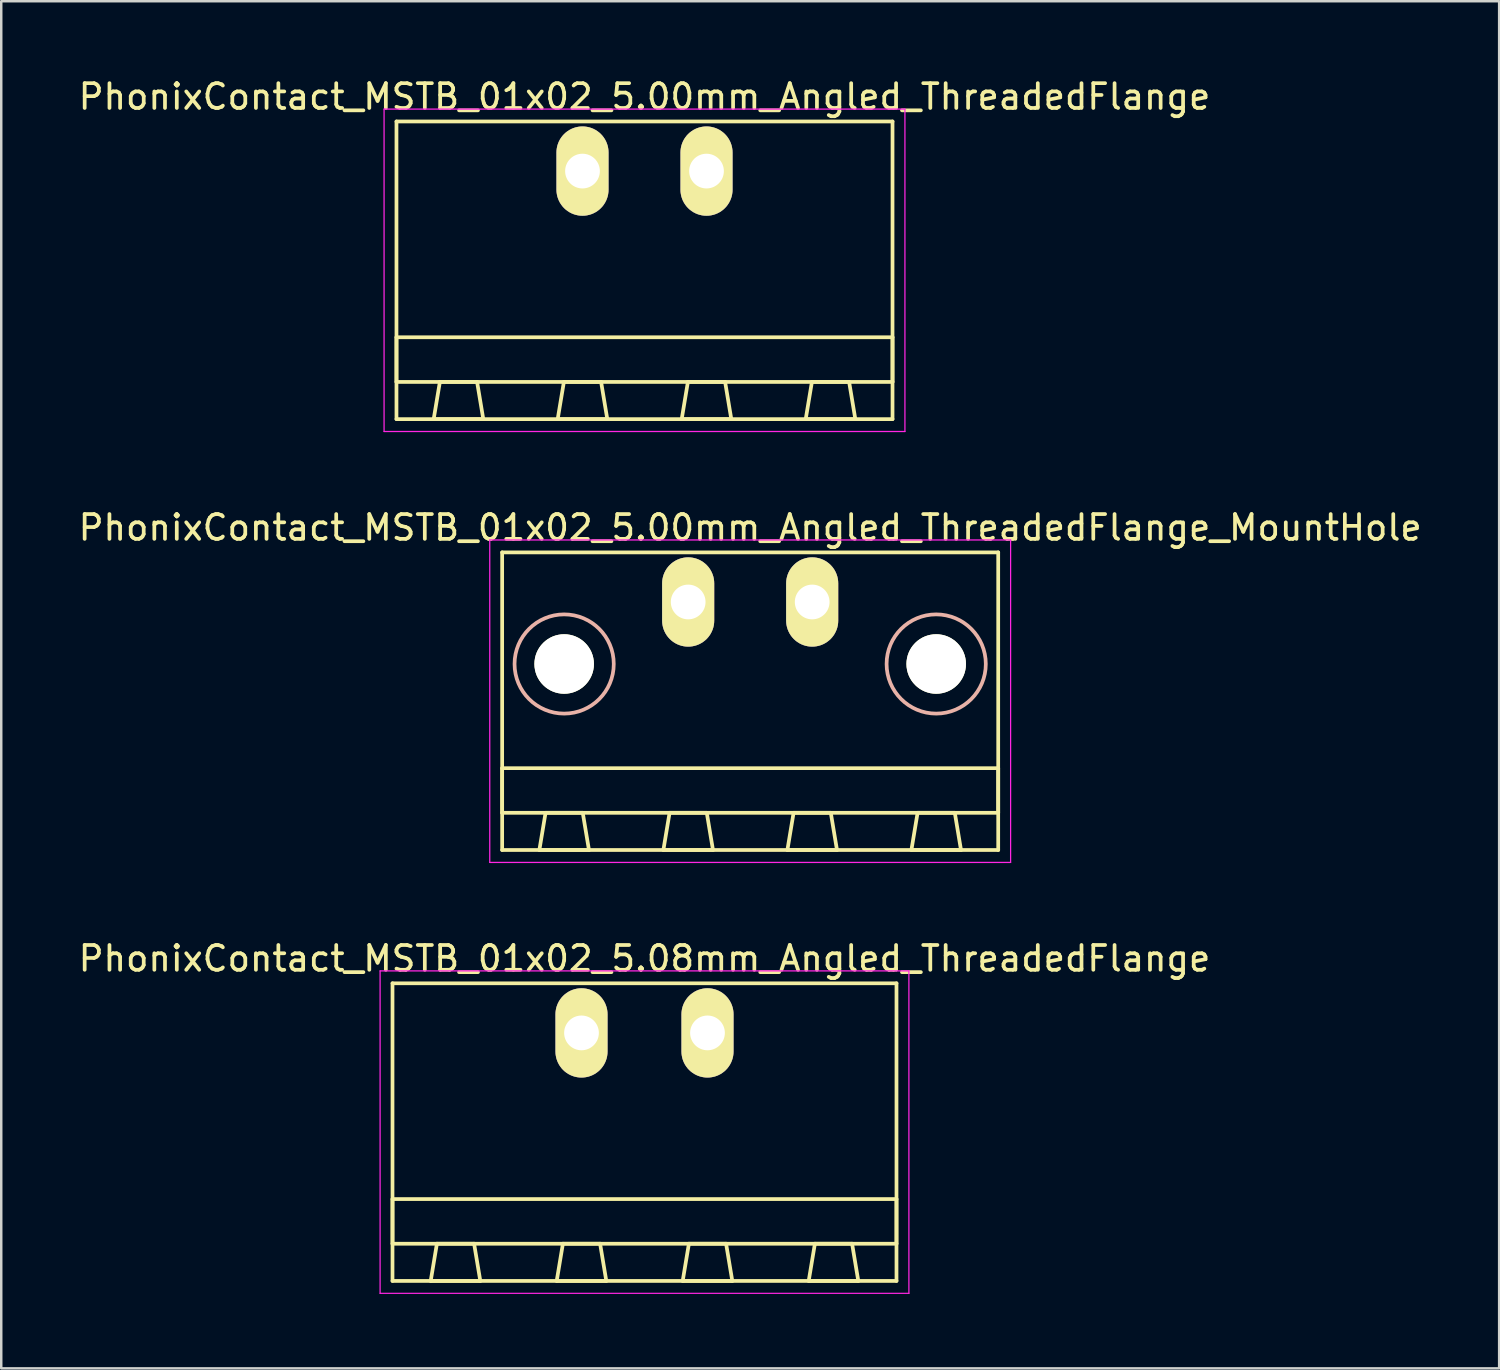
<source format=kicad_pcb>
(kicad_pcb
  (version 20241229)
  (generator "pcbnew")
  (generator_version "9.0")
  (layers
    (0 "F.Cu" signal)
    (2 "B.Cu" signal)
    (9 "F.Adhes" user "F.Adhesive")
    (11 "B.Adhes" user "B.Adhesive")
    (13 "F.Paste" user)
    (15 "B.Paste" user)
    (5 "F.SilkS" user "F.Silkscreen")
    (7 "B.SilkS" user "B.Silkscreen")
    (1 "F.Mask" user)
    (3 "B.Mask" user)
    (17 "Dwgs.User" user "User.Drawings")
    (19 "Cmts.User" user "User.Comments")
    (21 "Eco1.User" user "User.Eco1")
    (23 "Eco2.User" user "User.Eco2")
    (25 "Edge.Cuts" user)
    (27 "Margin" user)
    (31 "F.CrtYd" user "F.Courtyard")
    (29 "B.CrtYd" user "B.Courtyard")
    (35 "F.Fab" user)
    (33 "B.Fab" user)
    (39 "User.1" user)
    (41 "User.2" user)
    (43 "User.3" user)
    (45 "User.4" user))
  (footprint "PhonixContact_MSTB_01x02_5.00mm_Angled_ThreadedFlange_MountHole"
    (layer "F.Cu")
    (at 24.696 21.221)
    (property "Reference" "PhonixContact_MSTB_01x02_5.00mm_Angled_ThreadedFlange_MountHole" (at 2.5 -3 0) (layer "F.SilkS") (effects (font (size 1 1) (thickness 0.15))))
    (attr through_hole)
    (fp_line (start -7.5 -2) (end -7.5 10) (stroke (width 0.15) (type solid)) (layer "F.SilkS"))
    (fp_line (start -7.5 6.7) (end 12.5 6.7) (stroke (width 0.15) (type solid)) (layer "F.SilkS"))
    (fp_line (start -7.5 8.5) (end -7.5 6.7) (stroke (width 0.15) (type solid)) (layer "F.SilkS"))
    (fp_line (start -7.5 10) (end 12.5 10) (stroke (width 0.15) (type solid)) (layer "F.SilkS"))
    (fp_line (start -6 10) (end -4 10) (stroke (width 0.15) (type solid)) (layer "F.SilkS"))
    (fp_line (start -5.75 8.5) (end -6 10) (stroke (width 0.15) (type solid)) (layer "F.SilkS"))
    (fp_line (start -4.25 8.5) (end -5.75 8.5) (stroke (width 0.15) (type solid)) (layer "F.SilkS"))
    (fp_line (start -4 10) (end -4.25 8.5) (stroke (width 0.15) (type solid)) (layer "F.SilkS"))
    (fp_line (start -1 10) (end 1 10) (stroke (width 0.15) (type solid)) (layer "F.SilkS"))
    (fp_line (start -0.75 8.5) (end -1 10) (stroke (width 0.15) (type solid)) (layer "F.SilkS"))
    (fp_line (start 0.75 8.5) (end -0.75 8.5) (stroke (width 0.15) (type solid)) (layer "F.SilkS"))
    (fp_line (start 1 10) (end 0.75 8.5) (stroke (width 0.15) (type solid)) (layer "F.SilkS"))
    (fp_line (start 4 10) (end 6 10) (stroke (width 0.15) (type solid)) (layer "F.SilkS"))
    (fp_line (start 4.25 8.5) (end 4 10) (stroke (width 0.15) (type solid)) (layer "F.SilkS"))
    (fp_line (start 5.75 8.5) (end 4.25 8.5) (stroke (width 0.15) (type solid)) (layer "F.SilkS"))
    (fp_line (start 6 10) (end 5.75 8.5) (stroke (width 0.15) (type solid)) (layer "F.SilkS"))
    (fp_line (start 9 10) (end 11 10) (stroke (width 0.15) (type solid)) (layer "F.SilkS"))
    (fp_line (start 9.25 8.5) (end 9 10) (stroke (width 0.15) (type solid)) (layer "F.SilkS"))
    (fp_line (start 10.75 8.5) (end 9.25 8.5) (stroke (width 0.15) (type solid)) (layer "F.SilkS"))
    (fp_line (start 11 10) (end 10.75 8.5) (stroke (width 0.15) (type solid)) (layer "F.SilkS"))
    (fp_line (start 12.5 -2) (end -7.5 -2) (stroke (width 0.15) (type solid)) (layer "F.SilkS"))
    (fp_line (start 12.5 6.7) (end 12.5 8.5) (stroke (width 0.15) (type solid)) (layer "F.SilkS"))
    (fp_line (start 12.5 8.5) (end -7.5 8.5) (stroke (width 0.15) (type solid)) (layer "F.SilkS"))
    (fp_line (start 12.5 10) (end 12.5 -2) (stroke (width 0.15) (type solid)) (layer "F.SilkS"))
    (fp_circle (center -5 2.5) (end -3 2.5) (stroke (width 0.15) (type solid)) (fill no) (layer "B.SilkS"))
    (fp_circle (center 10 2.5) (end 12 2.5) (stroke (width 0.15) (type solid)) (fill no) (layer "B.SilkS"))
    (fp_line (start -8 -2.5) (end -8 10.5) (stroke (width 0.05) (type solid)) (layer "F.CrtYd"))
    (fp_line (start -8 10.5) (end 13 10.5) (stroke (width 0.05) (type solid)) (layer "F.CrtYd"))
    (fp_line (start 13 -2.5) (end -8 -2.5) (stroke (width 0.05) (type solid)) (layer "F.CrtYd"))
    (fp_line (start 13 10.5) (end 13 -2.5) (stroke (width 0.05) (type solid)) (layer "F.CrtYd"))
    (pad "" np_thru_hole circle (at -5 2.5) (size 2.4 2.4) (drill 2.4) (layers "*.Cu" "*.Mask" "F.SilkS"))
    (pad "" np_thru_hole circle (at 10 2.5) (size 2.4 2.4) (drill 2.4) (layers "*.Cu" "*.Mask" "F.SilkS"))
    (pad "1" thru_hole oval (at 0 0) (size 2.1 3.6) (drill 1.4) (layers "*.Cu" "*.Mask" "F.SilkS"))
    (pad "2" thru_hole oval (at 5 0) (size 2.1 3.6) (drill 1.4) (layers "*.Cu" "*.Mask" "F.SilkS")))
  (footprint "PhonixContact_MSTB_01x02_5.08mm_Angled_ThreadedFlange"
    (layer "F.Cu")
    (at 20.395 38.595)
    (property "Reference" "PhonixContact_MSTB_01x02_5.08mm_Angled_ThreadedFlange" (at 2.54 -3 0) (layer "F.SilkS") (effects (font (size 1 1) (thickness 0.15))))
    (attr through_hole)
    (fp_line (start -7.62 -2) (end -7.62 10) (stroke (width 0.15) (type solid)) (layer "F.SilkS"))
    (fp_line (start -7.62 6.7) (end 12.7 6.7) (stroke (width 0.15) (type solid)) (layer "F.SilkS"))
    (fp_line (start -7.62 8.5) (end -7.62 6.7) (stroke (width 0.15) (type solid)) (layer "F.SilkS"))
    (fp_line (start -7.62 10) (end 12.7 10) (stroke (width 0.15) (type solid)) (layer "F.SilkS"))
    (fp_line (start -6.08 10) (end -4.08 10) (stroke (width 0.15) (type solid)) (layer "F.SilkS"))
    (fp_line (start -5.83 8.5) (end -6.08 10) (stroke (width 0.15) (type solid)) (layer "F.SilkS"))
    (fp_line (start -4.33 8.5) (end -5.83 8.5) (stroke (width 0.15) (type solid)) (layer "F.SilkS"))
    (fp_line (start -4.08 10) (end -4.33 8.5) (stroke (width 0.15) (type solid)) (layer "F.SilkS"))
    (fp_line (start -1 10) (end 1 10) (stroke (width 0.15) (type solid)) (layer "F.SilkS"))
    (fp_line (start -0.75 8.5) (end -1 10) (stroke (width 0.15) (type solid)) (layer "F.SilkS"))
    (fp_line (start 0.75 8.5) (end -0.75 8.5) (stroke (width 0.15) (type solid)) (layer "F.SilkS"))
    (fp_line (start 1 10) (end 0.75 8.5) (stroke (width 0.15) (type solid)) (layer "F.SilkS"))
    (fp_line (start 4.08 10) (end 6.08 10) (stroke (width 0.15) (type solid)) (layer "F.SilkS"))
    (fp_line (start 4.33 8.5) (end 4.08 10) (stroke (width 0.15) (type solid)) (layer "F.SilkS"))
    (fp_line (start 5.83 8.5) (end 4.33 8.5) (stroke (width 0.15) (type solid)) (layer "F.SilkS"))
    (fp_line (start 6.08 10) (end 5.83 8.5) (stroke (width 0.15) (type solid)) (layer "F.SilkS"))
    (fp_line (start 9.16 10) (end 11.16 10) (stroke (width 0.15) (type solid)) (layer "F.SilkS"))
    (fp_line (start 9.41 8.5) (end 9.16 10) (stroke (width 0.15) (type solid)) (layer "F.SilkS"))
    (fp_line (start 10.91 8.5) (end 9.41 8.5) (stroke (width 0.15) (type solid)) (layer "F.SilkS"))
    (fp_line (start 11.16 10) (end 10.91 8.5) (stroke (width 0.15) (type solid)) (layer "F.SilkS"))
    (fp_line (start 12.7 -2) (end -7.62 -2) (stroke (width 0.15) (type solid)) (layer "F.SilkS"))
    (fp_line (start 12.7 6.7) (end 12.7 8.5) (stroke (width 0.15) (type solid)) (layer "F.SilkS"))
    (fp_line (start 12.7 8.5) (end -7.62 8.5) (stroke (width 0.15) (type solid)) (layer "F.SilkS"))
    (fp_line (start 12.7 10) (end 12.7 -2) (stroke (width 0.15) (type solid)) (layer "F.SilkS"))
    (fp_line (start -8.12 -2.5) (end -8.12 10.5) (stroke (width 0.05) (type solid)) (layer "F.CrtYd"))
    (fp_line (start -8.12 10.5) (end 13.2 10.5) (stroke (width 0.05) (type solid)) (layer "F.CrtYd"))
    (fp_line (start 13.2 -2.5) (end -8.12 -2.5) (stroke (width 0.05) (type solid)) (layer "F.CrtYd"))
    (fp_line (start 13.2 10.5) (end 13.2 -2.5) (stroke (width 0.05) (type solid)) (layer "F.CrtYd"))
    (pad "1" thru_hole oval (at 0 0) (size 2.1 3.6) (drill 1.4) (layers "*.Cu" "*.Mask" "F.SilkS"))
    (pad "2" thru_hole oval (at 5.08 0) (size 2.1 3.6) (drill 1.4) (layers "*.Cu" "*.Mask" "F.SilkS")))
  (footprint "PhonixContact_MSTB_01x02_5.00mm_Angled_ThreadedFlange"
    (layer "F.Cu")
    (at 20.435 3.848)
    (property "Reference" "PhonixContact_MSTB_01x02_5.00mm_Angled_ThreadedFlange" (at 2.5 -3 0) (layer "F.SilkS") (effects (font (size 1 1) (thickness 0.15))))
    (attr through_hole)
    (fp_line (start -7.5 -2) (end -7.5 10) (stroke (width 0.15) (type solid)) (layer "F.SilkS"))
    (fp_line (start -7.5 6.7) (end 12.5 6.7) (stroke (width 0.15) (type solid)) (layer "F.SilkS"))
    (fp_line (start -7.5 8.5) (end -7.5 6.7) (stroke (width 0.15) (type solid)) (layer "F.SilkS"))
    (fp_line (start -7.5 10) (end 12.5 10) (stroke (width 0.15) (type solid)) (layer "F.SilkS"))
    (fp_line (start -6 10) (end -4 10) (stroke (width 0.15) (type solid)) (layer "F.SilkS"))
    (fp_line (start -5.75 8.5) (end -6 10) (stroke (width 0.15) (type solid)) (layer "F.SilkS"))
    (fp_line (start -4.25 8.5) (end -5.75 8.5) (stroke (width 0.15) (type solid)) (layer "F.SilkS"))
    (fp_line (start -4 10) (end -4.25 8.5) (stroke (width 0.15) (type solid)) (layer "F.SilkS"))
    (fp_line (start -1 10) (end 1 10) (stroke (width 0.15) (type solid)) (layer "F.SilkS"))
    (fp_line (start -0.75 8.5) (end -1 10) (stroke (width 0.15) (type solid)) (layer "F.SilkS"))
    (fp_line (start 0.75 8.5) (end -0.75 8.5) (stroke (width 0.15) (type solid)) (layer "F.SilkS"))
    (fp_line (start 1 10) (end 0.75 8.5) (stroke (width 0.15) (type solid)) (layer "F.SilkS"))
    (fp_line (start 4 10) (end 6 10) (stroke (width 0.15) (type solid)) (layer "F.SilkS"))
    (fp_line (start 4.25 8.5) (end 4 10) (stroke (width 0.15) (type solid)) (layer "F.SilkS"))
    (fp_line (start 5.75 8.5) (end 4.25 8.5) (stroke (width 0.15) (type solid)) (layer "F.SilkS"))
    (fp_line (start 6 10) (end 5.75 8.5) (stroke (width 0.15) (type solid)) (layer "F.SilkS"))
    (fp_line (start 9 10) (end 11 10) (stroke (width 0.15) (type solid)) (layer "F.SilkS"))
    (fp_line (start 9.25 8.5) (end 9 10) (stroke (width 0.15) (type solid)) (layer "F.SilkS"))
    (fp_line (start 10.75 8.5) (end 9.25 8.5) (stroke (width 0.15) (type solid)) (layer "F.SilkS"))
    (fp_line (start 11 10) (end 10.75 8.5) (stroke (width 0.15) (type solid)) (layer "F.SilkS"))
    (fp_line (start 12.5 -2) (end -7.5 -2) (stroke (width 0.15) (type solid)) (layer "F.SilkS"))
    (fp_line (start 12.5 6.7) (end 12.5 8.5) (stroke (width 0.15) (type solid)) (layer "F.SilkS"))
    (fp_line (start 12.5 8.5) (end -7.5 8.5) (stroke (width 0.15) (type solid)) (layer "F.SilkS"))
    (fp_line (start 12.5 10) (end 12.5 -2) (stroke (width 0.15) (type solid)) (layer "F.SilkS"))
    (fp_line (start -8 -2.5) (end -8 10.5) (stroke (width 0.05) (type solid)) (layer "F.CrtYd"))
    (fp_line (start -8 10.5) (end 13 10.5) (stroke (width 0.05) (type solid)) (layer "F.CrtYd"))
    (fp_line (start 13 -2.5) (end -8 -2.5) (stroke (width 0.05) (type solid)) (layer "F.CrtYd"))
    (fp_line (start 13 10.5) (end 13 -2.5) (stroke (width 0.05) (type solid)) (layer "F.CrtYd"))
    (pad "1" thru_hole oval (at 0 0) (size 2.1 3.6) (drill 1.4) (layers "*.Cu" "*.Mask" "F.SilkS"))
    (pad "2" thru_hole oval (at 5 0) (size 2.1 3.6) (drill 1.4) (layers "*.Cu" "*.Mask" "F.SilkS")))
  (gr_rect
    (start -3 -3)
    (end 57.393 52.12)
    (stroke (width 0.1) (type default))
    (fill no)
    (layer "Edge.Cuts")))
</source>
